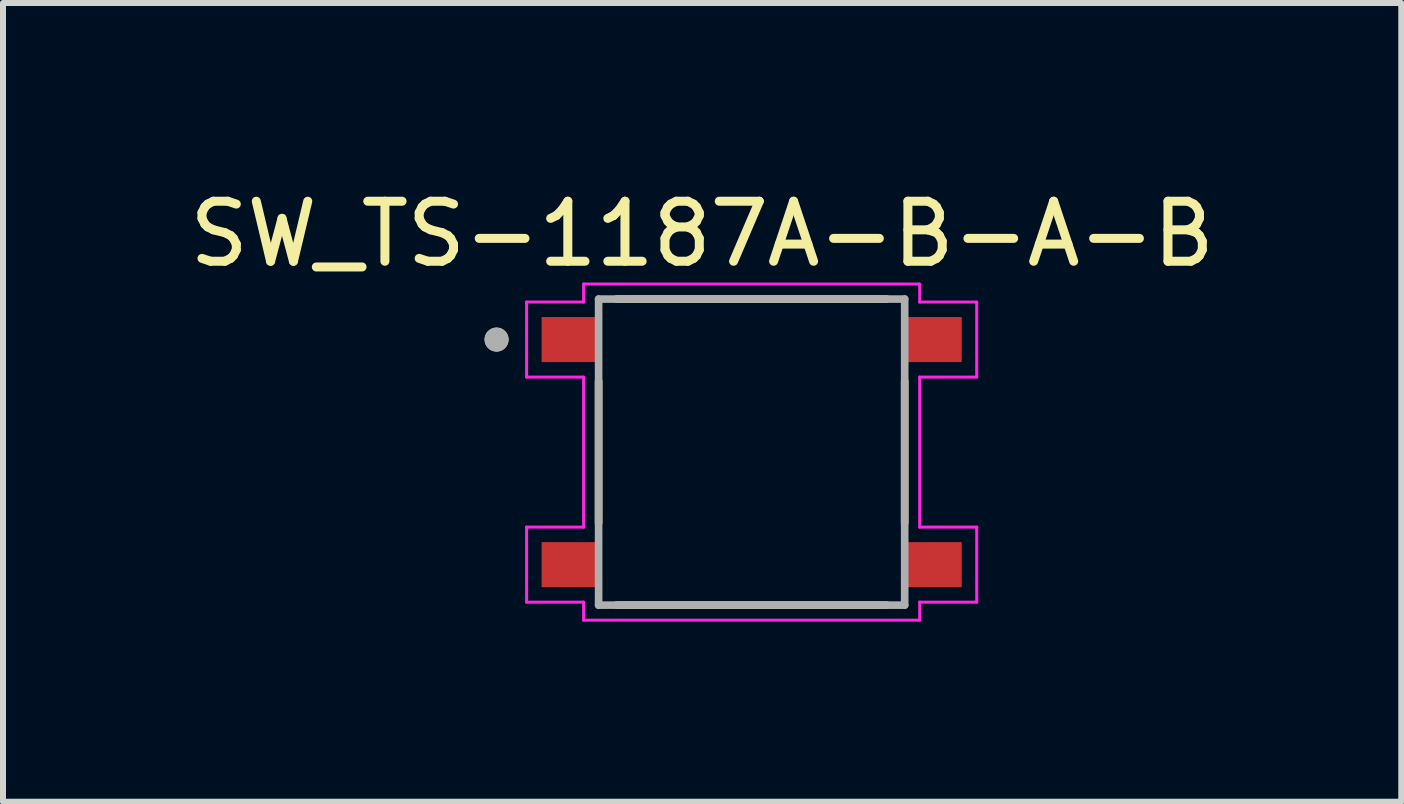
<source format=kicad_pcb>
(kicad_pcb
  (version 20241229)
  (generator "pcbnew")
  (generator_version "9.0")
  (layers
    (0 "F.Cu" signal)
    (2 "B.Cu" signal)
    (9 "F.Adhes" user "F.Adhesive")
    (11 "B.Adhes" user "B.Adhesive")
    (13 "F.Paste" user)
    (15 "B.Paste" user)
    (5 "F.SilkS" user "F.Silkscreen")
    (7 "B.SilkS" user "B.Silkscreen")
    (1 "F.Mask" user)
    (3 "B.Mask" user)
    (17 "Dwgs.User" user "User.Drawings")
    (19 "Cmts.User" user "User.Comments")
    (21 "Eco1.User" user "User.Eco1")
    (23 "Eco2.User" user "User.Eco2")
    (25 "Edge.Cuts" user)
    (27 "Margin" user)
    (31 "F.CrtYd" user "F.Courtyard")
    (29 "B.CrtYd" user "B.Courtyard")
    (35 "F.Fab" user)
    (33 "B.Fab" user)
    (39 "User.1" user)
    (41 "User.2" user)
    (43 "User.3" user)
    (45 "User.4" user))
  (footprint "SW_TS-1187A-B-A-B"
    (layer "F.Cu")
    (at 9.474 4.483)
    (property "Reference" "SW_TS-1187A-B-A-B" (at -0.825 -3.635 0) (layer "F.SilkS") (effects (font (size 1 1) (thickness 0.15))))
    (attr smd)
    (fp_line (start -2.55 -1.18) (end -2.55 1.18) (stroke (width 0.127) (type solid)) (layer "F.SilkS"))
    (fp_line (start 2.25 -2.55) (end -2.25 -2.55) (stroke (width 0.127) (type solid)) (layer "F.SilkS"))
    (fp_line (start 2.25 2.55) (end -2.25 2.55) (stroke (width 0.127) (type solid)) (layer "F.SilkS"))
    (fp_line (start 2.55 1.18) (end 2.55 -1.18) (stroke (width 0.127) (type solid)) (layer "F.SilkS"))
    (fp_circle (center -4.25 -1.875) (end -4.15 -1.875) (stroke (width 0.2) (type solid)) (fill no) (layer "F.SilkS"))
    (fp_line (start -3.75 -2.5) (end -3.75 -1.25) (stroke (width 0.05) (type solid)) (layer "F.CrtYd"))
    (fp_line (start -3.75 -2.5) (end -2.8 -2.5) (stroke (width 0.05) (type solid)) (layer "F.CrtYd"))
    (fp_line (start -3.75 -1.25) (end -2.8 -1.25) (stroke (width 0.05) (type solid)) (layer "F.CrtYd"))
    (fp_line (start -3.75 1.25) (end -2.8 1.25) (stroke (width 0.05) (type solid)) (layer "F.CrtYd"))
    (fp_line (start -3.75 2.5) (end -3.75 1.25) (stroke (width 0.05) (type solid)) (layer "F.CrtYd"))
    (fp_line (start -3.75 2.5) (end -2.8 2.5) (stroke (width 0.05) (type solid)) (layer "F.CrtYd"))
    (fp_line (start -2.8 -2.8) (end -2.8 -2.5) (stroke (width 0.05) (type solid)) (layer "F.CrtYd"))
    (fp_line (start -2.8 -1.25) (end -2.8 1.25) (stroke (width 0.05) (type solid)) (layer "F.CrtYd"))
    (fp_line (start -2.8 2.8) (end -2.8 2.5) (stroke (width 0.05) (type solid)) (layer "F.CrtYd"))
    (fp_line (start -2.8 2.8) (end 2.8 2.8) (stroke (width 0.05) (type solid)) (layer "F.CrtYd"))
    (fp_line (start 2.8 -2.8) (end -2.8 -2.8) (stroke (width 0.05) (type solid)) (layer "F.CrtYd"))
    (fp_line (start 2.8 -2.8) (end 2.8 -2.5) (stroke (width 0.05) (type solid)) (layer "F.CrtYd"))
    (fp_line (start 2.8 -1.25) (end 2.8 1.25) (stroke (width 0.05) (type solid)) (layer "F.CrtYd"))
    (fp_line (start 2.8 2.8) (end 2.8 2.5) (stroke (width 0.05) (type solid)) (layer "F.CrtYd"))
    (fp_line (start 3.75 -2.5) (end 2.8 -2.5) (stroke (width 0.05) (type solid)) (layer "F.CrtYd"))
    (fp_line (start 3.75 -2.5) (end 3.75 -1.25) (stroke (width 0.05) (type solid)) (layer "F.CrtYd"))
    (fp_line (start 3.75 -1.25) (end 2.8 -1.25) (stroke (width 0.05) (type solid)) (layer "F.CrtYd"))
    (fp_line (start 3.75 1.25) (end 2.8 1.25) (stroke (width 0.05) (type solid)) (layer "F.CrtYd"))
    (fp_line (start 3.75 2.5) (end 2.8 2.5) (stroke (width 0.05) (type solid)) (layer "F.CrtYd"))
    (fp_line (start 3.75 2.5) (end 3.75 1.25) (stroke (width 0.05) (type solid)) (layer "F.CrtYd"))
    (fp_line (start -2.55 -2.55) (end -2.55 2.55) (stroke (width 0.127) (type solid)) (layer "F.Fab"))
    (fp_line (start -2.55 2.55) (end 2.55 2.55) (stroke (width 0.127) (type solid)) (layer "F.Fab"))
    (fp_line (start 2.55 -2.55) (end -2.55 -2.55) (stroke (width 0.127) (type solid)) (layer "F.Fab"))
    (fp_line (start 2.55 2.55) (end 2.55 -2.55) (stroke (width 0.127) (type solid)) (layer "F.Fab"))
    (fp_circle (center -4.25 -1.875) (end -4.15 -1.875) (stroke (width 0.2) (type solid)) (fill no) (layer "F.Fab"))
    (pad "A" smd rect (at -3 -1.875) (size 1 0.75) (layers "F.Cu" "F.Mask" "F.Paste"))
    (pad "B" smd rect (at 3 -1.875) (size 1 0.75) (layers "F.Cu" "F.Mask" "F.Paste"))
    (pad "C" smd rect (at -3 1.875) (size 1 0.75) (layers "F.Cu" "F.Mask" "F.Paste"))
    (pad "D" smd rect (at 3 1.875) (size 1 0.75) (layers "F.Cu" "F.Mask" "F.Paste")))
  (gr_rect
    (start -3 -3)
    (end 20.298 10.308)
    (stroke (width 0.1) (type default))
    (fill no)
    (layer "Edge.Cuts")))
</source>
